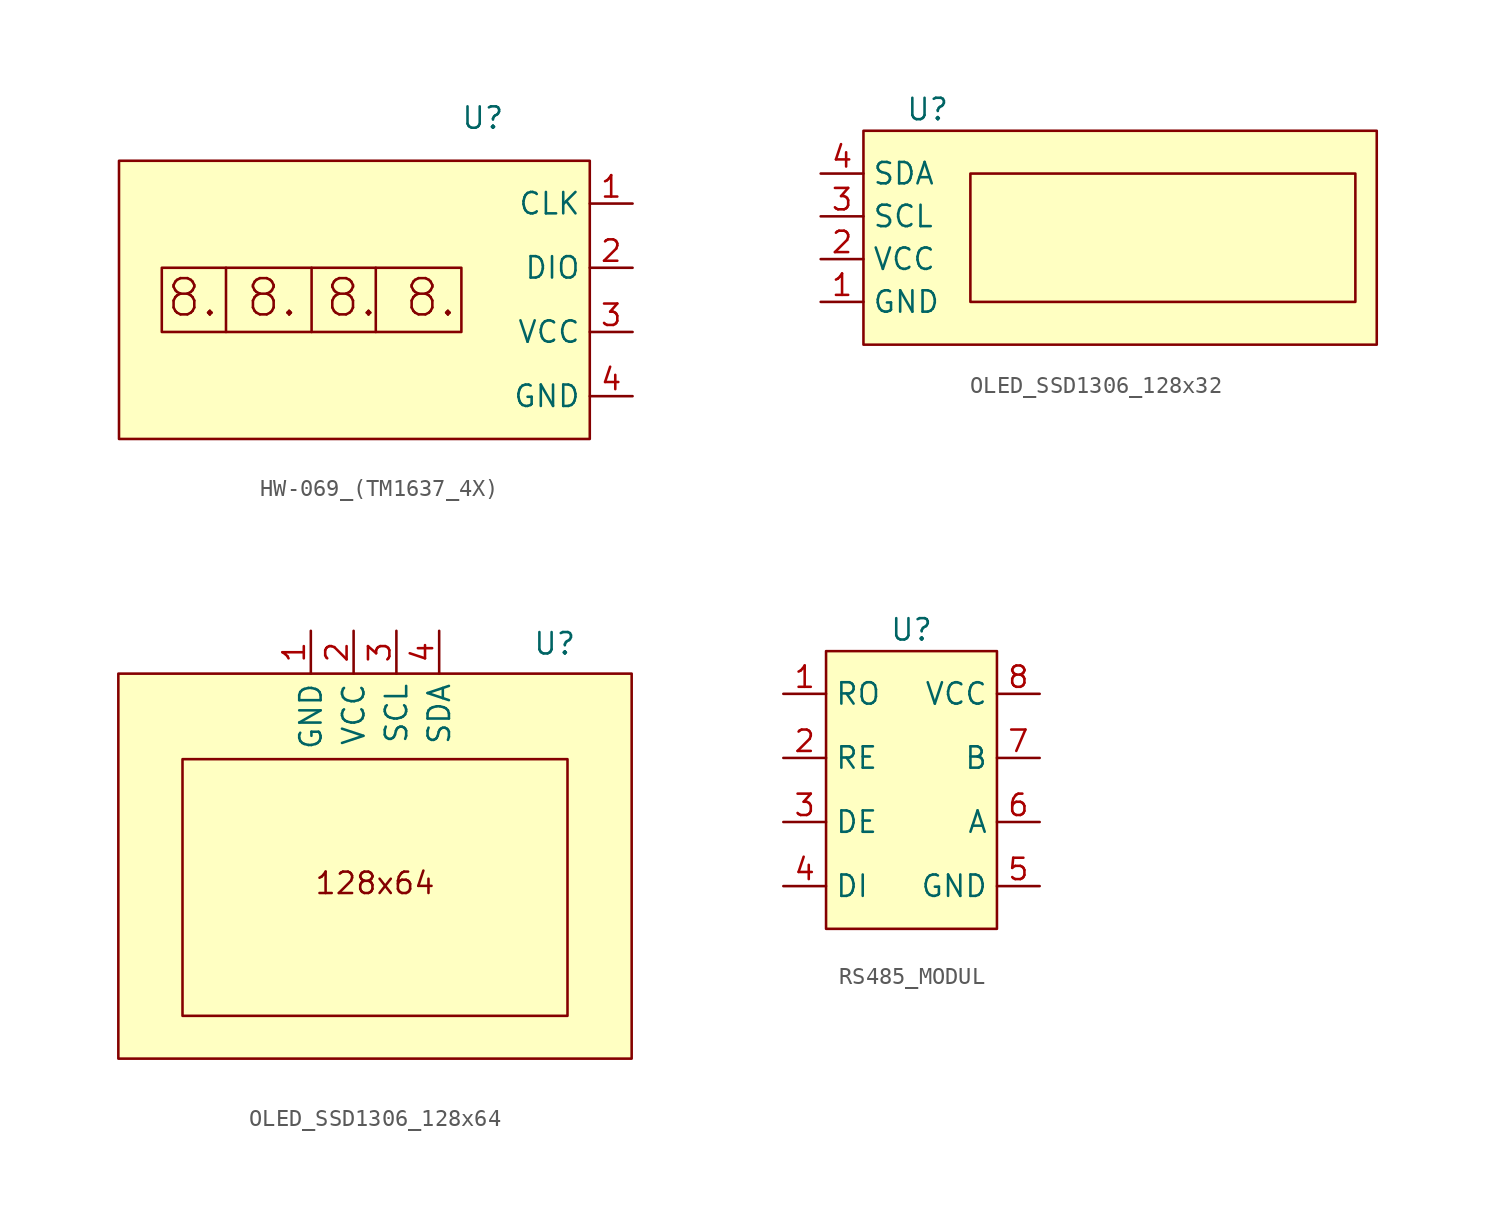
<source format=kicad_sym>
(kicad_symbol_lib
  (version 20231120)
  (generator "kicad_symbol_editor")
  (generator_version "8.0")
  (symbol "HW-069_(TM1637_4X)"
    (property "Reference" "U"
      (at 0 0 0)
      (effects (font (size 1.27 1.27))))
    (property "Value" ""
      (at 0 0 0)
      (effects (font (size 1.27 1.27))))
    (symbol "HW-069_(TM1637_4X)_1_1"
      (rectangle (start -21.59 -2.54) (end 6.35 -19.05) (stroke (width 0) (type default)) (fill (type background)))
      (rectangle (start -19.05 -8.89) (end -1.27 -12.7) (stroke (width 0) (type default)) (fill (type none)))
      (polyline (pts (xy -15.24 -8.89) (xy -15.24 -12.7)) (stroke (width 0) (type default)) (fill (type none)))
      (polyline (pts (xy -10.16 -8.89) (xy -10.16 -12.7)) (stroke (width 0) (type default)) (fill (type none)))
      (polyline (pts (xy -6.35 -8.89) (xy -6.35 -12.7)) (stroke (width 0) (type default)) (fill (type none)))
      (text "8. 8. 8. 8." (at -10.16 -10.668 0) (effects (font (size 2.15 2.15))))
      (pin input line (at 8.89 -5.08 180) (length 2.54) (name "CLK" (effects (font (size 1.27 1.27)))) (number "1" (effects (font (size 1.27 1.27)))))
      (pin input line (at 8.89 -8.89 180) (length 2.54) (name "DIO" (effects (font (size 1.27 1.27)))) (number "2" (effects (font (size 1.27 1.27)))))
      (pin power_in line (at 8.89 -12.7 180) (length 2.54) (name "VCC" (effects (font (size 1.27 1.27)))) (number "3" (effects (font (size 1.27 1.27)))))
      (pin power_out line (at 8.89 -16.51 180) (length 2.54) (name "GND" (effects (font (size 1.27 1.27)))) (number "4" (effects (font (size 1.27 1.27)))))))
  (symbol "OLED_SSD1306_128x32"
    (property "Reference" "U"
      (at 0 0 0)
      (effects (font (size 1.27 1.27))))
    (property "Value" ""
      (at 0 0 0)
      (effects (font (size 1.27 1.27))))
    (symbol "OLED_SSD1306_128x32_1_1"
      (rectangle (start -3.81 -1.27) (end 26.67 -13.97) (stroke (width 0) (type default)) (fill (type background)))
      (rectangle (start 2.54 -3.81) (end 25.4 -11.43) (stroke (width 0) (type default)) (fill (type none)))
      (pin passive line (at -6.35 -11.43 0) (length 2.54) (name "GND" (effects (font (size 1.27 1.27)))) (number "1" (effects (font (size 1.27 1.27)))))
      (pin power_in line (at -6.35 -8.89 0) (length 2.54) (name "VCC" (effects (font (size 1.27 1.27)))) (number "2" (effects (font (size 1.27 1.27)))))
      (pin input line (at -6.35 -6.35 0) (length 2.54) (name "SCL" (effects (font (size 1.27 1.27)))) (number "3" (effects (font (size 1.27 1.27)))))
      (pin bidirectional line (at -6.35 -3.81 0) (length 2.54) (name "SDA" (effects (font (size 1.27 1.27)))) (number "4" (effects (font (size 1.27 1.27)))))))
  (symbol "OLED_SSD1306_128x64"
    (property "Reference" "U"
      (at 10.668 1.778 0)
      (effects (font (size 1.27 1.27))))
    (property "Value" ""
      (at 0 0 0)
      (effects (font (size 1.27 1.27))))
    (symbol "OLED_SSD1306_128x64_1_1"
      (rectangle (start -15.24 0) (end 15.24 -22.86) (stroke (width 0) (type default)) (fill (type background)))
      (rectangle (start -11.43 -5.08) (end 11.43 -20.32) (stroke (width 0) (type default)) (fill (type none)))
      (text "128x64" (at 0 -12.446 0) (effects (font (size 1.27 1.27))))
      (pin passive line (at -3.81 2.54 270) (length 2.54) (name "GND" (effects (font (size 1.27 1.27)))) (number "1" (effects (font (size 1.27 1.27)))))
      (pin power_in line (at -1.27 2.54 270) (length 2.54) (name "VCC" (effects (font (size 1.27 1.27)))) (number "2" (effects (font (size 1.27 1.27)))))
      (pin input line (at 1.27 2.54 270) (length 2.54) (name "SCL" (effects (font (size 1.27 1.27)))) (number "3" (effects (font (size 1.27 1.27)))))
      (pin bidirectional line (at 3.81 2.54 270) (length 2.54) (name "SDA" (effects (font (size 1.27 1.27)))) (number "4" (effects (font (size 1.27 1.27)))))))
  (symbol "RS485_MODUL"
    (property "Reference" "U"
      (at 0 0 0)
      (effects (font (size 1.27 1.27))))
    (property "Value" ""
      (at 0 0 0)
      (effects (font (size 1.27 1.27))))
    (symbol "RS485_MODUL_1_1"
      (rectangle (start -5.08 -1.27) (end 5.08 -17.78) (stroke (width 0) (type default)) (fill (type background)))
      (pin passive line (at -7.62 -3.81 0) (length 2.54) (name "RO" (effects (font (size 1.27 1.27)))) (number "1" (effects (font (size 1.27 1.27)))))
      (pin passive line (at -7.62 -7.62 0) (length 2.54) (name "RE" (effects (font (size 1.27 1.27)))) (number "2" (effects (font (size 1.27 1.27)))))
      (pin passive line (at -7.62 -11.43 0) (length 2.54) (name "DE" (effects (font (size 1.27 1.27)))) (number "3" (effects (font (size 1.27 1.27)))))
      (pin passive line (at -7.62 -15.24 0) (length 2.54) (name "DI" (effects (font (size 1.27 1.27)))) (number "4" (effects (font (size 1.27 1.27)))))
      (pin passive line (at 7.62 -15.24 180) (length 2.54) (name "GND" (effects (font (size 1.27 1.27)))) (number "5" (effects (font (size 1.27 1.27)))))
      (pin passive line (at 7.62 -11.43 180) (length 2.54) (name "A" (effects (font (size 1.27 1.27)))) (number "6" (effects (font (size 1.27 1.27)))))
      (pin passive line (at 7.62 -7.62 180) (length 2.54) (name "B" (effects (font (size 1.27 1.27)))) (number "7" (effects (font (size 1.27 1.27)))))
      (pin passive line (at 7.62 -3.81 180) (length 2.54) (name "VCC" (effects (font (size 1.27 1.27)))) (number "8" (effects (font (size 1.27 1.27))))))))
</source>
